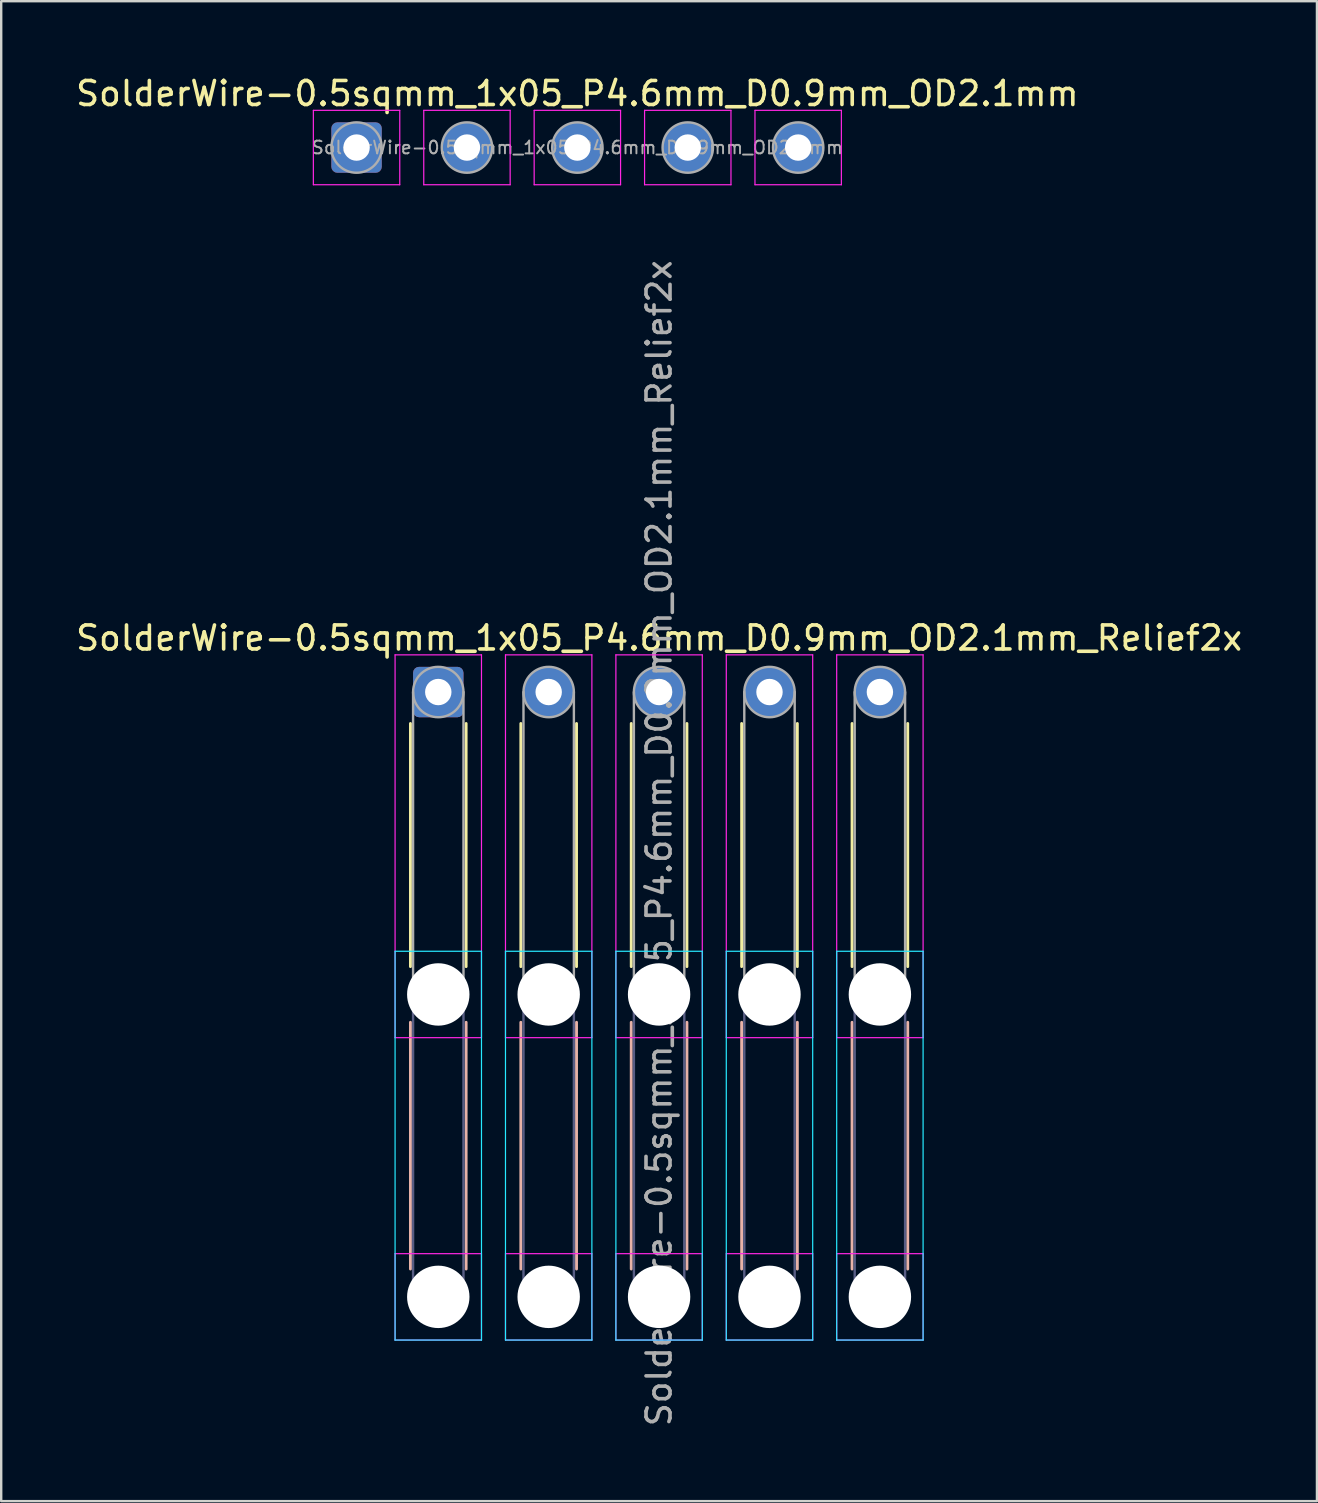
<source format=kicad_pcb>
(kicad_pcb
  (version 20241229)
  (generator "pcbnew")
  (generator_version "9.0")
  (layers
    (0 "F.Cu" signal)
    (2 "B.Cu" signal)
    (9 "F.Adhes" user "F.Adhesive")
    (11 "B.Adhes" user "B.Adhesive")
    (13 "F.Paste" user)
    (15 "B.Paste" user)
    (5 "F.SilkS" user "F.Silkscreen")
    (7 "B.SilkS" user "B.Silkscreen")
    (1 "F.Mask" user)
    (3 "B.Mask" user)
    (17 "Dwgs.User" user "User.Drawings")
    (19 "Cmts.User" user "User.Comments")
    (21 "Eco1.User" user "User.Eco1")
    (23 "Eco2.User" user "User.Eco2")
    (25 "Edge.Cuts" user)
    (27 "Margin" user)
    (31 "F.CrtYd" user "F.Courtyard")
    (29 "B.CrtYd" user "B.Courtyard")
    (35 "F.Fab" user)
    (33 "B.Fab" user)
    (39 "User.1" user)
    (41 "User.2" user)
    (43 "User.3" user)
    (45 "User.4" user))
  (footprint "SolderWire-0.5sqmm_1x05_P4.6mm_D0.9mm_OD2.1mm_Relief2x"
    (layer "F.Cu")
    (at 15.211 25.784)
    (property "Reference" "SolderWire-0.5sqmm_1x05_P4.6mm_D0.9mm_OD2.1mm_Relief2x" (at 9.2 -2.25 0) (layer "F.SilkS") (effects (font (size 1 1) (thickness 0.15))))
    (attr exclude_from_pos_files exclude_from_bom)
    (fp_line (start -1.16 1.31) (end -1.16 11.44) (stroke (width 0.12) (type solid)) (layer "F.SilkS"))
    (fp_line (start 1.16 1.31) (end 1.16 11.44) (stroke (width 0.12) (type solid)) (layer "F.SilkS"))
    (fp_line (start 3.44 1.31) (end 3.44 11.44) (stroke (width 0.12) (type solid)) (layer "F.SilkS"))
    (fp_line (start 5.76 1.31) (end 5.76 11.44) (stroke (width 0.12) (type solid)) (layer "F.SilkS"))
    (fp_line (start 8.04 1.31) (end 8.04 11.44) (stroke (width 0.12) (type solid)) (layer "F.SilkS"))
    (fp_line (start 10.36 1.31) (end 10.36 11.44) (stroke (width 0.12) (type solid)) (layer "F.SilkS"))
    (fp_line (start 12.64 1.31) (end 12.64 11.44) (stroke (width 0.12) (type solid)) (layer "F.SilkS"))
    (fp_line (start 14.96 1.31) (end 14.96 11.44) (stroke (width 0.12) (type solid)) (layer "F.SilkS"))
    (fp_line (start 17.24 1.31) (end 17.24 11.44) (stroke (width 0.12) (type solid)) (layer "F.SilkS"))
    (fp_line (start 19.56 1.31) (end 19.56 11.44) (stroke (width 0.12) (type solid)) (layer "F.SilkS"))
    (fp_line (start -1.16 13.76) (end -1.16 24.04) (stroke (width 0.12) (type solid)) (layer "B.SilkS"))
    (fp_line (start 1.16 13.76) (end 1.16 24.04) (stroke (width 0.12) (type solid)) (layer "B.SilkS"))
    (fp_line (start 3.44 13.76) (end 3.44 24.04) (stroke (width 0.12) (type solid)) (layer "B.SilkS"))
    (fp_line (start 5.76 13.76) (end 5.76 24.04) (stroke (width 0.12) (type solid)) (layer "B.SilkS"))
    (fp_line (start 8.04 13.76) (end 8.04 24.04) (stroke (width 0.12) (type solid)) (layer "B.SilkS"))
    (fp_line (start 10.36 13.76) (end 10.36 24.04) (stroke (width 0.12) (type solid)) (layer "B.SilkS"))
    (fp_line (start 12.64 13.76) (end 12.64 24.04) (stroke (width 0.12) (type solid)) (layer "B.SilkS"))
    (fp_line (start 14.96 13.76) (end 14.96 24.04) (stroke (width 0.12) (type solid)) (layer "B.SilkS"))
    (fp_line (start 17.24 13.76) (end 17.24 24.04) (stroke (width 0.12) (type solid)) (layer "B.SilkS"))
    (fp_line (start 19.56 13.76) (end 19.56 24.04) (stroke (width 0.12) (type solid)) (layer "B.SilkS"))
    (fp_line (start -1.8 10.8) (end -1.8 27) (stroke (width 0.05) (type solid)) (layer "B.CrtYd"))
    (fp_line (start -1.8 27) (end 1.8 27) (stroke (width 0.05) (type solid)) (layer "B.CrtYd"))
    (fp_line (start 1.8 10.8) (end -1.8 10.8) (stroke (width 0.05) (type solid)) (layer "B.CrtYd"))
    (fp_line (start 1.8 27) (end 1.8 10.8) (stroke (width 0.05) (type solid)) (layer "B.CrtYd"))
    (fp_line (start 2.8 10.8) (end 2.8 27) (stroke (width 0.05) (type solid)) (layer "B.CrtYd"))
    (fp_line (start 2.8 27) (end 6.4 27) (stroke (width 0.05) (type solid)) (layer "B.CrtYd"))
    (fp_line (start 6.4 10.8) (end 2.8 10.8) (stroke (width 0.05) (type solid)) (layer "B.CrtYd"))
    (fp_line (start 6.4 27) (end 6.4 10.8) (stroke (width 0.05) (type solid)) (layer "B.CrtYd"))
    (fp_line (start 7.4 10.8) (end 7.4 27) (stroke (width 0.05) (type solid)) (layer "B.CrtYd"))
    (fp_line (start 7.4 27) (end 11 27) (stroke (width 0.05) (type solid)) (layer "B.CrtYd"))
    (fp_line (start 11 10.8) (end 7.4 10.8) (stroke (width 0.05) (type solid)) (layer "B.CrtYd"))
    (fp_line (start 11 27) (end 11 10.8) (stroke (width 0.05) (type solid)) (layer "B.CrtYd"))
    (fp_line (start 12 10.8) (end 12 27) (stroke (width 0.05) (type solid)) (layer "B.CrtYd"))
    (fp_line (start 12 27) (end 15.6 27) (stroke (width 0.05) (type solid)) (layer "B.CrtYd"))
    (fp_line (start 15.6 10.8) (end 12 10.8) (stroke (width 0.05) (type solid)) (layer "B.CrtYd"))
    (fp_line (start 15.6 27) (end 15.6 10.8) (stroke (width 0.05) (type solid)) (layer "B.CrtYd"))
    (fp_line (start 16.6 10.8) (end 16.6 27) (stroke (width 0.05) (type solid)) (layer "B.CrtYd"))
    (fp_line (start 16.6 27) (end 20.2 27) (stroke (width 0.05) (type solid)) (layer "B.CrtYd"))
    (fp_line (start 20.2 10.8) (end 16.6 10.8) (stroke (width 0.05) (type solid)) (layer "B.CrtYd"))
    (fp_line (start 20.2 27) (end 20.2 10.8) (stroke (width 0.05) (type solid)) (layer "B.CrtYd"))
    (fp_line (start -1.8 -1.55) (end -1.8 14.4) (stroke (width 0.05) (type solid)) (layer "F.CrtYd"))
    (fp_line (start -1.8 14.4) (end 1.8 14.4) (stroke (width 0.05) (type solid)) (layer "F.CrtYd"))
    (fp_line (start -1.8 23.4) (end -1.8 27) (stroke (width 0.05) (type solid)) (layer "F.CrtYd"))
    (fp_line (start -1.8 27) (end 1.8 27) (stroke (width 0.05) (type solid)) (layer "F.CrtYd"))
    (fp_line (start 1.8 -1.55) (end -1.8 -1.55) (stroke (width 0.05) (type solid)) (layer "F.CrtYd"))
    (fp_line (start 1.8 14.4) (end 1.8 -1.55) (stroke (width 0.05) (type solid)) (layer "F.CrtYd"))
    (fp_line (start 1.8 23.4) (end -1.8 23.4) (stroke (width 0.05) (type solid)) (layer "F.CrtYd"))
    (fp_line (start 1.8 27) (end 1.8 23.4) (stroke (width 0.05) (type solid)) (layer "F.CrtYd"))
    (fp_line (start 2.8 -1.55) (end 2.8 14.4) (stroke (width 0.05) (type solid)) (layer "F.CrtYd"))
    (fp_line (start 2.8 14.4) (end 6.4 14.4) (stroke (width 0.05) (type solid)) (layer "F.CrtYd"))
    (fp_line (start 2.8 23.4) (end 2.8 27) (stroke (width 0.05) (type solid)) (layer "F.CrtYd"))
    (fp_line (start 2.8 27) (end 6.4 27) (stroke (width 0.05) (type solid)) (layer "F.CrtYd"))
    (fp_line (start 6.4 -1.55) (end 2.8 -1.55) (stroke (width 0.05) (type solid)) (layer "F.CrtYd"))
    (fp_line (start 6.4 14.4) (end 6.4 -1.55) (stroke (width 0.05) (type solid)) (layer "F.CrtYd"))
    (fp_line (start 6.4 23.4) (end 2.8 23.4) (stroke (width 0.05) (type solid)) (layer "F.CrtYd"))
    (fp_line (start 6.4 27) (end 6.4 23.4) (stroke (width 0.05) (type solid)) (layer "F.CrtYd"))
    (fp_line (start 7.4 -1.55) (end 7.4 14.4) (stroke (width 0.05) (type solid)) (layer "F.CrtYd"))
    (fp_line (start 7.4 14.4) (end 11 14.4) (stroke (width 0.05) (type solid)) (layer "F.CrtYd"))
    (fp_line (start 7.4 23.4) (end 7.4 27) (stroke (width 0.05) (type solid)) (layer "F.CrtYd"))
    (fp_line (start 7.4 27) (end 11 27) (stroke (width 0.05) (type solid)) (layer "F.CrtYd"))
    (fp_line (start 11 -1.55) (end 7.4 -1.55) (stroke (width 0.05) (type solid)) (layer "F.CrtYd"))
    (fp_line (start 11 14.4) (end 11 -1.55) (stroke (width 0.05) (type solid)) (layer "F.CrtYd"))
    (fp_line (start 11 23.4) (end 7.4 23.4) (stroke (width 0.05) (type solid)) (layer "F.CrtYd"))
    (fp_line (start 11 27) (end 11 23.4) (stroke (width 0.05) (type solid)) (layer "F.CrtYd"))
    (fp_line (start 12 -1.55) (end 12 14.4) (stroke (width 0.05) (type solid)) (layer "F.CrtYd"))
    (fp_line (start 12 14.4) (end 15.6 14.4) (stroke (width 0.05) (type solid)) (layer "F.CrtYd"))
    (fp_line (start 12 23.4) (end 12 27) (stroke (width 0.05) (type solid)) (layer "F.CrtYd"))
    (fp_line (start 12 27) (end 15.6 27) (stroke (width 0.05) (type solid)) (layer "F.CrtYd"))
    (fp_line (start 15.6 -1.55) (end 12 -1.55) (stroke (width 0.05) (type solid)) (layer "F.CrtYd"))
    (fp_line (start 15.6 14.4) (end 15.6 -1.55) (stroke (width 0.05) (type solid)) (layer "F.CrtYd"))
    (fp_line (start 15.6 23.4) (end 12 23.4) (stroke (width 0.05) (type solid)) (layer "F.CrtYd"))
    (fp_line (start 15.6 27) (end 15.6 23.4) (stroke (width 0.05) (type solid)) (layer "F.CrtYd"))
    (fp_line (start 16.6 -1.55) (end 16.6 14.4) (stroke (width 0.05) (type solid)) (layer "F.CrtYd"))
    (fp_line (start 16.6 14.4) (end 20.2 14.4) (stroke (width 0.05) (type solid)) (layer "F.CrtYd"))
    (fp_line (start 16.6 23.4) (end 16.6 27) (stroke (width 0.05) (type solid)) (layer "F.CrtYd"))
    (fp_line (start 16.6 27) (end 20.2 27) (stroke (width 0.05) (type solid)) (layer "F.CrtYd"))
    (fp_line (start 20.2 -1.55) (end 16.6 -1.55) (stroke (width 0.05) (type solid)) (layer "F.CrtYd"))
    (fp_line (start 20.2 14.4) (end 20.2 -1.55) (stroke (width 0.05) (type solid)) (layer "F.CrtYd"))
    (fp_line (start 20.2 23.4) (end 16.6 23.4) (stroke (width 0.05) (type solid)) (layer "F.CrtYd"))
    (fp_line (start 20.2 27) (end 20.2 23.4) (stroke (width 0.05) (type solid)) (layer "F.CrtYd"))
    (fp_line (start -1.05 12.6) (end -1.05 25.2) (stroke (width 0.1) (type solid)) (layer "B.Fab"))
    (fp_line (start 1.05 12.6) (end 1.05 25.2) (stroke (width 0.1) (type solid)) (layer "B.Fab"))
    (fp_line (start 3.55 12.6) (end 3.55 25.2) (stroke (width 0.1) (type solid)) (layer "B.Fab"))
    (fp_line (start 5.65 12.6) (end 5.65 25.2) (stroke (width 0.1) (type solid)) (layer "B.Fab"))
    (fp_line (start 8.15 12.6) (end 8.15 25.2) (stroke (width 0.1) (type solid)) (layer "B.Fab"))
    (fp_line (start 10.25 12.6) (end 10.25 25.2) (stroke (width 0.1) (type solid)) (layer "B.Fab"))
    (fp_line (start 12.75 12.6) (end 12.75 25.2) (stroke (width 0.1) (type solid)) (layer "B.Fab"))
    (fp_line (start 14.85 12.6) (end 14.85 25.2) (stroke (width 0.1) (type solid)) (layer "B.Fab"))
    (fp_line (start 17.35 12.6) (end 17.35 25.2) (stroke (width 0.1) (type solid)) (layer "B.Fab"))
    (fp_line (start 19.45 12.6) (end 19.45 25.2) (stroke (width 0.1) (type solid)) (layer "B.Fab"))
    (fp_circle (center 0 12.6) (end 1.05 12.6) (stroke (width 0.1) (type solid)) (fill no) (layer "B.Fab"))
    (fp_circle (center 0 25.2) (end 1.05 25.2) (stroke (width 0.1) (type solid)) (fill no) (layer "B.Fab"))
    (fp_circle (center 4.6 12.6) (end 5.65 12.6) (stroke (width 0.1) (type solid)) (fill no) (layer "B.Fab"))
    (fp_circle (center 4.6 25.2) (end 5.65 25.2) (stroke (width 0.1) (type solid)) (fill no) (layer "B.Fab"))
    (fp_circle (center 9.2 12.6) (end 10.25 12.6) (stroke (width 0.1) (type solid)) (fill no) (layer "B.Fab"))
    (fp_circle (center 9.2 25.2) (end 10.25 25.2) (stroke (width 0.1) (type solid)) (fill no) (layer "B.Fab"))
    (fp_circle (center 13.8 12.6) (end 14.85 12.6) (stroke (width 0.1) (type solid)) (fill no) (layer "B.Fab"))
    (fp_circle (center 13.8 25.2) (end 14.85 25.2) (stroke (width 0.1) (type solid)) (fill no) (layer "B.Fab"))
    (fp_circle (center 18.4 12.6) (end 19.45 12.6) (stroke (width 0.1) (type solid)) (fill no) (layer "B.Fab"))
    (fp_circle (center 18.4 25.2) (end 19.45 25.2) (stroke (width 0.1) (type solid)) (fill no) (layer "B.Fab"))
    (fp_line (start -1.05 0) (end -1.05 12.6) (stroke (width 0.1) (type solid)) (layer "F.Fab"))
    (fp_line (start 1.05 0) (end 1.05 12.6) (stroke (width 0.1) (type solid)) (layer "F.Fab"))
    (fp_line (start 3.55 0) (end 3.55 12.6) (stroke (width 0.1) (type solid)) (layer "F.Fab"))
    (fp_line (start 5.65 0) (end 5.65 12.6) (stroke (width 0.1) (type solid)) (layer "F.Fab"))
    (fp_line (start 8.15 0) (end 8.15 12.6) (stroke (width 0.1) (type solid)) (layer "F.Fab"))
    (fp_line (start 10.25 0) (end 10.25 12.6) (stroke (width 0.1) (type solid)) (layer "F.Fab"))
    (fp_line (start 12.75 0) (end 12.75 12.6) (stroke (width 0.1) (type solid)) (layer "F.Fab"))
    (fp_line (start 14.85 0) (end 14.85 12.6) (stroke (width 0.1) (type solid)) (layer "F.Fab"))
    (fp_line (start 17.35 0) (end 17.35 12.6) (stroke (width 0.1) (type solid)) (layer "F.Fab"))
    (fp_line (start 19.45 0) (end 19.45 12.6) (stroke (width 0.1) (type solid)) (layer "F.Fab"))
    (fp_circle (center 0 0) (end 1.05 0) (stroke (width 0.1) (type solid)) (fill no) (layer "F.Fab"))
    (fp_circle (center 0 12.6) (end 1.05 12.6) (stroke (width 0.1) (type solid)) (fill no) (layer "F.Fab"))
    (fp_circle (center 0 25.2) (end 1.05 25.2) (stroke (width 0.1) (type solid)) (fill no) (layer "F.Fab"))
    (fp_circle (center 4.6 0) (end 5.65 0) (stroke (width 0.1) (type solid)) (fill no) (layer "F.Fab"))
    (fp_circle (center 4.6 12.6) (end 5.65 12.6) (stroke (width 0.1) (type solid)) (fill no) (layer "F.Fab"))
    (fp_circle (center 4.6 25.2) (end 5.65 25.2) (stroke (width 0.1) (type solid)) (fill no) (layer "F.Fab"))
    (fp_circle (center 9.2 0) (end 10.25 0) (stroke (width 0.1) (type solid)) (fill no) (layer "F.Fab"))
    (fp_circle (center 9.2 12.6) (end 10.25 12.6) (stroke (width 0.1) (type solid)) (fill no) (layer "F.Fab"))
    (fp_circle (center 9.2 25.2) (end 10.25 25.2) (stroke (width 0.1) (type solid)) (fill no) (layer "F.Fab"))
    (fp_circle (center 13.8 0) (end 14.85 0) (stroke (width 0.1) (type solid)) (fill no) (layer "F.Fab"))
    (fp_circle (center 13.8 12.6) (end 14.85 12.6) (stroke (width 0.1) (type solid)) (fill no) (layer "F.Fab"))
    (fp_circle (center 13.8 25.2) (end 14.85 25.2) (stroke (width 0.1) (type solid)) (fill no) (layer "F.Fab"))
    (fp_circle (center 18.4 0) (end 19.45 0) (stroke (width 0.1) (type solid)) (fill no) (layer "F.Fab"))
    (fp_circle (center 18.4 12.6) (end 19.45 12.6) (stroke (width 0.1) (type solid)) (fill no) (layer "F.Fab"))
    (fp_circle (center 18.4 25.2) (end 19.45 25.2) (stroke (width 0.1) (type solid)) (fill no) (layer "F.Fab"))
    (fp_text user "${REFERENCE}" (at 9.2 6.3 90) (layer "F.Fab") (effects (font (size 1 1) (thickness 0.15))))
    (pad "" np_thru_hole circle (at 0 12.6) (size 2.6 2.6) (drill 2.6) (layers "*.Cu" "*.Mask"))
    (pad "" np_thru_hole circle (at 0 25.2) (size 2.6 2.6) (drill 2.6) (layers "*.Cu" "*.Mask"))
    (pad "" np_thru_hole circle (at 4.6 12.6) (size 2.6 2.6) (drill 2.6) (layers "*.Cu" "*.Mask"))
    (pad "" np_thru_hole circle (at 4.6 25.2) (size 2.6 2.6) (drill 2.6) (layers "*.Cu" "*.Mask"))
    (pad "" np_thru_hole circle (at 9.2 12.6) (size 2.6 2.6) (drill 2.6) (layers "*.Cu" "*.Mask"))
    (pad "" np_thru_hole circle (at 9.2 25.2) (size 2.6 2.6) (drill 2.6) (layers "*.Cu" "*.Mask"))
    (pad "" np_thru_hole circle (at 13.8 12.6) (size 2.6 2.6) (drill 2.6) (layers "*.Cu" "*.Mask"))
    (pad "" np_thru_hole circle (at 13.8 25.2) (size 2.6 2.6) (drill 2.6) (layers "*.Cu" "*.Mask"))
    (pad "" np_thru_hole circle (at 18.4 12.6) (size 2.6 2.6) (drill 2.6) (layers "*.Cu" "*.Mask"))
    (pad "" np_thru_hole circle (at 18.4 25.2) (size 2.6 2.6) (drill 2.6) (layers "*.Cu" "*.Mask"))
    (pad "1" thru_hole roundrect (at 0 0) (size 2.1 2.1) (drill 1.1) (layers "*.Cu" "*.Mask") (roundrect_rratio 0.119))
    (pad "2" thru_hole circle (at 4.6 0) (size 2.1 2.1) (drill 1.1) (layers "*.Cu" "*.Mask"))
    (pad "3" thru_hole circle (at 9.2 0) (size 2.1 2.1) (drill 1.1) (layers "*.Cu" "*.Mask"))
    (pad "4" thru_hole circle (at 13.8 0) (size 2.1 2.1) (drill 1.1) (layers "*.Cu" "*.Mask"))
    (pad "5" thru_hole circle (at 18.4 0) (size 2.1 2.1) (drill 1.1) (layers "*.Cu" "*.Mask")))
  (footprint "SolderWire-0.5sqmm_1x05_P4.6mm_D0.9mm_OD2.1mm"
    (layer "F.Cu")
    (at 11.806 3.098)
    (property "Reference" "SolderWire-0.5sqmm_1x05_P4.6mm_D0.9mm_OD2.1mm" (at 9.2 -2.25 0) (layer "F.SilkS") (effects (font (size 1 1) (thickness 0.15))))
    (attr exclude_from_pos_files exclude_from_bom)
    (fp_line (start -1.8 -1.55) (end -1.8 1.55) (stroke (width 0.05) (type solid)) (layer "F.CrtYd"))
    (fp_line (start -1.8 1.55) (end 1.8 1.55) (stroke (width 0.05) (type solid)) (layer "F.CrtYd"))
    (fp_line (start 1.8 -1.55) (end -1.8 -1.55) (stroke (width 0.05) (type solid)) (layer "F.CrtYd"))
    (fp_line (start 1.8 1.55) (end 1.8 -1.55) (stroke (width 0.05) (type solid)) (layer "F.CrtYd"))
    (fp_line (start 2.8 -1.55) (end 2.8 1.55) (stroke (width 0.05) (type solid)) (layer "F.CrtYd"))
    (fp_line (start 2.8 1.55) (end 6.4 1.55) (stroke (width 0.05) (type solid)) (layer "F.CrtYd"))
    (fp_line (start 6.4 -1.55) (end 2.8 -1.55) (stroke (width 0.05) (type solid)) (layer "F.CrtYd"))
    (fp_line (start 6.4 1.55) (end 6.4 -1.55) (stroke (width 0.05) (type solid)) (layer "F.CrtYd"))
    (fp_line (start 7.4 -1.55) (end 7.4 1.55) (stroke (width 0.05) (type solid)) (layer "F.CrtYd"))
    (fp_line (start 7.4 1.55) (end 11 1.55) (stroke (width 0.05) (type solid)) (layer "F.CrtYd"))
    (fp_line (start 11 -1.55) (end 7.4 -1.55) (stroke (width 0.05) (type solid)) (layer "F.CrtYd"))
    (fp_line (start 11 1.55) (end 11 -1.55) (stroke (width 0.05) (type solid)) (layer "F.CrtYd"))
    (fp_line (start 12 -1.55) (end 12 1.55) (stroke (width 0.05) (type solid)) (layer "F.CrtYd"))
    (fp_line (start 12 1.55) (end 15.6 1.55) (stroke (width 0.05) (type solid)) (layer "F.CrtYd"))
    (fp_line (start 15.6 -1.55) (end 12 -1.55) (stroke (width 0.05) (type solid)) (layer "F.CrtYd"))
    (fp_line (start 15.6 1.55) (end 15.6 -1.55) (stroke (width 0.05) (type solid)) (layer "F.CrtYd"))
    (fp_line (start 16.6 -1.55) (end 16.6 1.55) (stroke (width 0.05) (type solid)) (layer "F.CrtYd"))
    (fp_line (start 16.6 1.55) (end 20.2 1.55) (stroke (width 0.05) (type solid)) (layer "F.CrtYd"))
    (fp_line (start 20.2 -1.55) (end 16.6 -1.55) (stroke (width 0.05) (type solid)) (layer "F.CrtYd"))
    (fp_line (start 20.2 1.55) (end 20.2 -1.55) (stroke (width 0.05) (type solid)) (layer "F.CrtYd"))
    (fp_circle (center 0 0) (end 1.05 0) (stroke (width 0.1) (type solid)) (fill no) (layer "F.Fab"))
    (fp_circle (center 4.6 0) (end 5.65 0) (stroke (width 0.1) (type solid)) (fill no) (layer "F.Fab"))
    (fp_circle (center 9.2 0) (end 10.25 0) (stroke (width 0.1) (type solid)) (fill no) (layer "F.Fab"))
    (fp_circle (center 13.8 0) (end 14.85 0) (stroke (width 0.1) (type solid)) (fill no) (layer "F.Fab"))
    (fp_circle (center 18.4 0) (end 19.45 0) (stroke (width 0.1) (type solid)) (fill no) (layer "F.Fab"))
    (fp_text user "${REFERENCE}" (at 9.2 0 0) (layer "F.Fab") (effects (font (size 0.53 0.53) (thickness 0.08))))
    (pad "1" thru_hole roundrect (at 0 0) (size 2.1 2.1) (drill 1.1) (layers "*.Cu" "*.Mask") (roundrect_rratio 0.119))
    (pad "2" thru_hole circle (at 4.6 0) (size 2.1 2.1) (drill 1.1) (layers "*.Cu" "*.Mask"))
    (pad "3" thru_hole circle (at 9.2 0) (size 2.1 2.1) (drill 1.1) (layers "*.Cu" "*.Mask"))
    (pad "4" thru_hole circle (at 13.8 0) (size 2.1 2.1) (drill 1.1) (layers "*.Cu" "*.Mask"))
    (pad "5" thru_hole circle (at 18.4 0) (size 2.1 2.1) (drill 1.1) (layers "*.Cu" "*.Mask")))
  (gr_rect
    (start -3 -3)
    (end 51.821 59.495)
    (stroke (width 0.1) (type default))
    (fill no)
    (layer "Edge.Cuts")))
</source>
